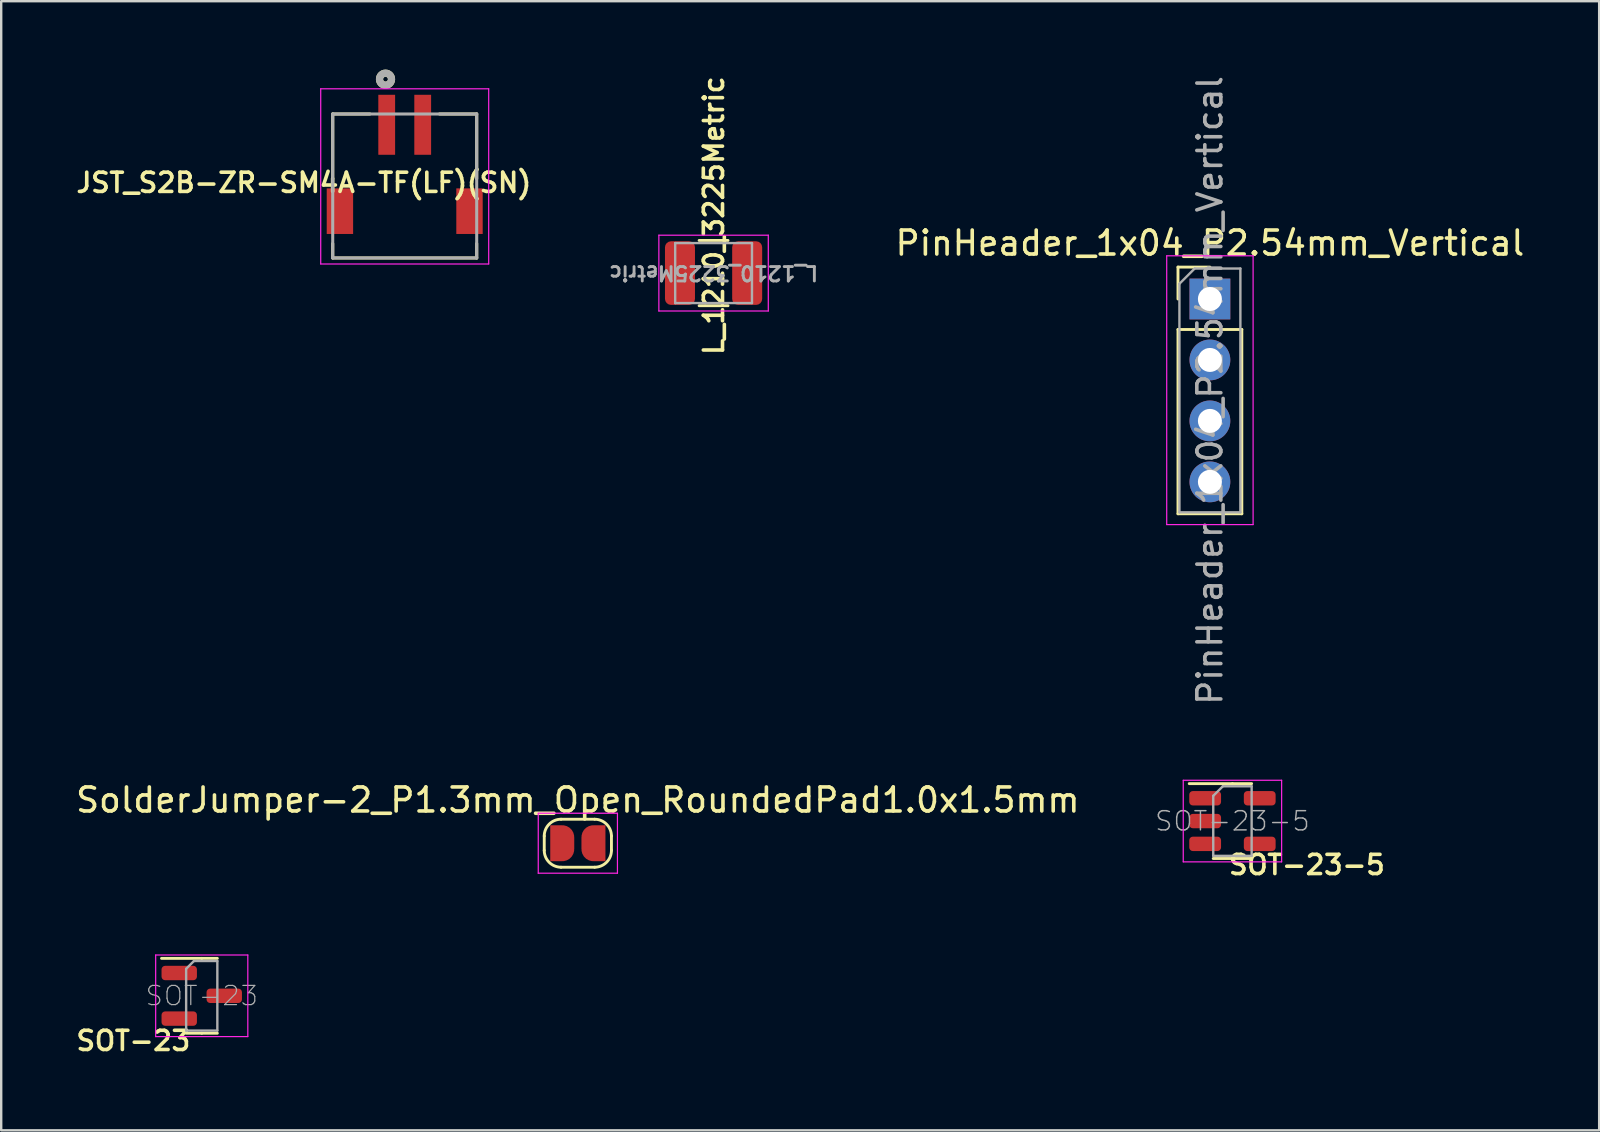
<source format=kicad_pcb>
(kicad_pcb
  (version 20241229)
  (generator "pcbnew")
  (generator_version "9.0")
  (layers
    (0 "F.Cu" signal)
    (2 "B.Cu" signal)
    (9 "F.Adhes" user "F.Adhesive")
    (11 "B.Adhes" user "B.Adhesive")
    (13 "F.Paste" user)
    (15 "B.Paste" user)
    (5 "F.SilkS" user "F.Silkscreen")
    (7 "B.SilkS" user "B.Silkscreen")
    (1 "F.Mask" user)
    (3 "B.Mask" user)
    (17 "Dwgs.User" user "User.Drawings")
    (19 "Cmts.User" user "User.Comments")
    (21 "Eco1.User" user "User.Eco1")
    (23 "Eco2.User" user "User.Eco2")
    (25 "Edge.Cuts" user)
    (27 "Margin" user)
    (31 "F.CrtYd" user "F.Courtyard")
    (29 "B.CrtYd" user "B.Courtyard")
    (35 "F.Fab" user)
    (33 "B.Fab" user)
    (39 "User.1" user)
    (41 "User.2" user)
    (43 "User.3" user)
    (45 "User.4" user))
  (footprint "SOT-23-5"
    (layer "F.Cu")
    (at 48.308 31.165)
    (property "Reference" "SOT-23-5" (at 3.101 1.825 0) (layer "F.SilkS") (effects (font (size 0.8 0.8) (thickness 0.15))))
    (attr smd)
    (fp_line (start -1.8 -1.56) (end 0 -1.56) (stroke (width 0.12) (type solid)) (layer "F.SilkS"))
    (fp_line (start -0.8 1.56) (end 0 1.56) (stroke (width 0.12) (type solid)) (layer "F.SilkS"))
    (fp_line (start 0.8 -1.56) (end 0 -1.56) (stroke (width 0.12) (type solid)) (layer "F.SilkS"))
    (fp_line (start 0.8 1.56) (end 0 1.56) (stroke (width 0.12) (type solid)) (layer "F.SilkS"))
    (fp_line (start -2.05 -1.7) (end 2.05 -1.7) (stroke (width 0.05) (type solid)) (layer "F.CrtYd"))
    (fp_line (start -2.05 1.7) (end -2.05 -1.7) (stroke (width 0.05) (type solid)) (layer "F.CrtYd"))
    (fp_line (start 2.05 -1.7) (end 2.05 1.7) (stroke (width 0.05) (type solid)) (layer "F.CrtYd"))
    (fp_line (start 2.05 1.7) (end -2.05 1.7) (stroke (width 0.05) (type solid)) (layer "F.CrtYd"))
    (fp_line (start -0.8 -1.05) (end -0.8 1.45) (stroke (width 0.1) (type solid)) (layer "F.Fab"))
    (fp_line (start -0.8 1.45) (end 0.8 1.45) (stroke (width 0.1) (type solid)) (layer "F.Fab"))
    (fp_line (start -0.4 -1.45) (end -0.8 -1.05) (stroke (width 0.1) (type solid)) (layer "F.Fab"))
    (fp_line (start 0.8 -1.45) (end -0.4 -1.45) (stroke (width 0.1) (type solid)) (layer "F.Fab"))
    (fp_line (start 0.8 1.45) (end 0.8 -1.45) (stroke (width 0.1) (type solid)) (layer "F.Fab"))
    (fp_text user "${REFERENCE}" (at 0 0 0) (layer "F.Fab") (effects (font (size 0.8 0.8) (thickness 0.06))))
    (pad "1" smd roundrect (at -1.137 -0.95) (size 1.325 0.6) (layers "F.Cu" "F.Mask" "F.Paste") (roundrect_rratio 0.25))
    (pad "2" smd roundrect (at -1.137 0) (size 1.325 0.6) (layers "F.Cu" "F.Mask" "F.Paste") (roundrect_rratio 0.25))
    (pad "3" smd roundrect (at -1.137 0.95) (size 1.325 0.6) (layers "F.Cu" "F.Mask" "F.Paste") (roundrect_rratio 0.25))
    (pad "4" smd roundrect (at 1.137 0.95) (size 1.325 0.6) (layers "F.Cu" "F.Mask" "F.Paste") (roundrect_rratio 0.25))
    (pad "5" smd roundrect (at 1.137 -0.95) (size 1.325 0.6) (layers "F.Cu" "F.Mask" "F.Paste") (roundrect_rratio 0.25)))
  (footprint "PinHeader_1x04_P2.54mm_Vertical"
    (layer "F.Cu")
    (at 47.369 9.41)
    (property "Reference" "PinHeader_1x04_P2.54mm_Vertical" (at 0 -2.33 0) (layer "F.SilkS") (effects (font (size 1 1) (thickness 0.15))))
    (attr through_hole dnp)
    (fp_line (start -1.33 -1.33) (end 0 -1.33) (stroke (width 0.12) (type solid)) (layer "F.SilkS"))
    (fp_line (start -1.33 0) (end -1.33 -1.33) (stroke (width 0.12) (type solid)) (layer "F.SilkS"))
    (fp_line (start -1.33 1.27) (end -1.33 8.95) (stroke (width 0.12) (type solid)) (layer "F.SilkS"))
    (fp_line (start -1.33 1.27) (end 1.33 1.27) (stroke (width 0.12) (type solid)) (layer "F.SilkS"))
    (fp_line (start -1.33 8.95) (end 1.33 8.95) (stroke (width 0.12) (type solid)) (layer "F.SilkS"))
    (fp_line (start 1.33 1.27) (end 1.33 8.95) (stroke (width 0.12) (type solid)) (layer "F.SilkS"))
    (fp_line (start -1.8 -1.8) (end -1.8 9.4) (stroke (width 0.05) (type solid)) (layer "F.CrtYd"))
    (fp_line (start -1.8 9.4) (end 1.8 9.4) (stroke (width 0.05) (type solid)) (layer "F.CrtYd"))
    (fp_line (start 1.8 -1.8) (end -1.8 -1.8) (stroke (width 0.05) (type solid)) (layer "F.CrtYd"))
    (fp_line (start 1.8 9.4) (end 1.8 -1.8) (stroke (width 0.05) (type solid)) (layer "F.CrtYd"))
    (fp_line (start -1.27 -0.635) (end -0.635 -1.27) (stroke (width 0.1) (type solid)) (layer "F.Fab"))
    (fp_line (start -1.27 8.89) (end -1.27 -0.635) (stroke (width 0.1) (type solid)) (layer "F.Fab"))
    (fp_line (start -0.635 -1.27) (end 1.27 -1.27) (stroke (width 0.1) (type solid)) (layer "F.Fab"))
    (fp_line (start 1.27 -1.27) (end 1.27 8.89) (stroke (width 0.1) (type solid)) (layer "F.Fab"))
    (fp_line (start 1.27 8.89) (end -1.27 8.89) (stroke (width 0.1) (type solid)) (layer "F.Fab"))
    (fp_text user "${REFERENCE}" (at 0 3.81 90) (layer "F.Fab") (effects (font (size 1 1) (thickness 0.15))))
    (pad "1" thru_hole rect (at 0 0) (size 1.7 1.7) (drill 1) (layers "*.Cu" "*.Mask"))
    (pad "2" thru_hole oval (at 0 2.54) (size 1.7 1.7) (drill 1) (layers "*.Cu" "*.Mask"))
    (pad "3" thru_hole oval (at 0 5.08) (size 1.7 1.7) (drill 1) (layers "*.Cu" "*.Mask"))
    (pad "4" thru_hole oval (at 0 7.62) (size 1.7 1.7) (drill 1) (layers "*.Cu" "*.Mask")))
  (footprint "SOT-23"
    (layer "F.Cu")
    (at 5.357 38.447)
    (property "Reference" "SOT-23" (at -2.85 1.875 0) (layer "F.SilkS") (effects (font (size 0.8 0.8) (thickness 0.15))))
    (attr smd)
    (fp_line (start -1.675 -1.56) (end 0 -1.56) (stroke (width 0.12) (type solid)) (layer "F.SilkS"))
    (fp_line (start -0.65 1.56) (end 0 1.56) (stroke (width 0.12) (type solid)) (layer "F.SilkS"))
    (fp_line (start 0.65 -1.56) (end 0 -1.56) (stroke (width 0.12) (type solid)) (layer "F.SilkS"))
    (fp_line (start 0.65 1.56) (end 0 1.56) (stroke (width 0.12) (type solid)) (layer "F.SilkS"))
    (fp_line (start -1.92 -1.7) (end 1.92 -1.7) (stroke (width 0.05) (type solid)) (layer "F.CrtYd"))
    (fp_line (start -1.92 1.7) (end -1.92 -1.7) (stroke (width 0.05) (type solid)) (layer "F.CrtYd"))
    (fp_line (start 1.92 -1.7) (end 1.92 1.7) (stroke (width 0.05) (type solid)) (layer "F.CrtYd"))
    (fp_line (start 1.92 1.7) (end -1.92 1.7) (stroke (width 0.05) (type solid)) (layer "F.CrtYd"))
    (fp_line (start -0.65 -1.125) (end -0.65 1.45) (stroke (width 0.1) (type solid)) (layer "F.Fab"))
    (fp_line (start -0.65 1.45) (end 0.65 1.45) (stroke (width 0.1) (type solid)) (layer "F.Fab"))
    (fp_line (start -0.325 -1.45) (end -0.65 -1.125) (stroke (width 0.1) (type solid)) (layer "F.Fab"))
    (fp_line (start 0.65 -1.45) (end -0.325 -1.45) (stroke (width 0.1) (type solid)) (layer "F.Fab"))
    (fp_line (start 0.65 1.45) (end 0.65 -1.45) (stroke (width 0.1) (type solid)) (layer "F.Fab"))
    (fp_text user "${REFERENCE}" (at 0 0 0) (layer "F.Fab") (effects (font (size 0.8 0.8) (thickness 0.05))))
    (pad "1" smd roundrect (at -0.938 -0.95) (size 1.475 0.6) (layers "F.Cu" "F.Mask" "F.Paste") (roundrect_rratio 0.25))
    (pad "2" smd roundrect (at -0.938 0.95) (size 1.475 0.6) (layers "F.Cu" "F.Mask" "F.Paste") (roundrect_rratio 0.25))
    (pad "3" smd roundrect (at 0.938 0) (size 1.475 0.6) (layers "F.Cu" "F.Mask" "F.Paste") (roundrect_rratio 0.25)))
  (footprint "SolderJumper-2_P1.3mm_Open_RoundedPad1.0x1.5mm"
    (layer "F.Cu")
    (at 21.03 32.089)
    (property "Reference" "SolderJumper-2_P1.3mm_Open_RoundedPad1.0x1.5mm" (at 0 -1.8 0) (layer "F.SilkS") (effects (font (size 1 1) (thickness 0.15))))
    (attr exclude_from_pos_files)
    (fp_line (start -1.4 0.3) (end -1.4 -0.3) (stroke (width 0.12) (type solid)) (layer "F.SilkS"))
    (fp_line (start -0.7 -1) (end 0.7 -1) (stroke (width 0.12) (type solid)) (layer "F.SilkS"))
    (fp_line (start 0.7 1) (end -0.7 1) (stroke (width 0.12) (type solid)) (layer "F.SilkS"))
    (fp_line (start 1.4 -0.3) (end 1.4 0.3) (stroke (width 0.12) (type solid)) (layer "F.SilkS"))
    (fp_arc (start -1.4 -0.3) (mid -1.194975 -0.794975) (end -0.7 -1) (stroke (width 0.12) (type solid)) (layer "F.SilkS"))
    (fp_arc (start -0.7 1) (mid -1.194975 0.794975) (end -1.4 0.3) (stroke (width 0.12) (type solid)) (layer "F.SilkS"))
    (fp_arc (start 0.7 -1) (mid 1.194975 -0.794975) (end 1.4 -0.3) (stroke (width 0.12) (type solid)) (layer "F.SilkS"))
    (fp_arc (start 1.4 0.3) (mid 1.194975 0.794975) (end 0.7 1) (stroke (width 0.12) (type solid)) (layer "F.SilkS"))
    (fp_line (start -1.65 -1.25) (end -1.65 1.25) (stroke (width 0.05) (type solid)) (layer "F.CrtYd"))
    (fp_line (start -1.65 -1.25) (end 1.65 -1.25) (stroke (width 0.05) (type solid)) (layer "F.CrtYd"))
    (fp_line (start 1.65 1.25) (end -1.65 1.25) (stroke (width 0.05) (type solid)) (layer "F.CrtYd"))
    (fp_line (start 1.65 1.25) (end 1.65 -1.25) (stroke (width 0.05) (type solid)) (layer "F.CrtYd"))
    (pad "1" smd custom (at -0.65 0 180) (size 1 0.5) (layers "F.Cu" "F.Mask") (options (anchor rect)) (primitives (gr_circle (center 0 0.25) (end 0.5 0.25) (width 0) (fill yes)) (gr_circle (center 0 -0.25) (end 0.5 -0.25) (width 0) (fill yes)) (gr_poly (pts (xy 0.5 0.75) (xy 0 0.75) (xy 0 -0.75) (xy 0.5 -0.75)) (width 0) (fill yes))))
    (pad "2" smd custom (at 0.65 0 180) (size 1 0.5) (layers "F.Cu" "F.Mask") (options (anchor rect)) (primitives (gr_circle (center 0 0.25) (end 0.5 0.25) (width 0) (fill yes)) (gr_circle (center 0 -0.25) (end 0.5 -0.25) (width 0) (fill yes)) (gr_poly (pts (xy 0 0.75) (xy -0.5 0.75) (xy -0.5 -0.75) (xy 0 -0.75)) (width 0) (fill yes)))))
  (footprint "L_1210_3225Metric"
    (layer "F.Cu")
    (at 26.686 8.33)
    (property "Reference" "L_1210_3225Metric" (at 0.01 -2.395 90) (layer "F.SilkS") (effects (font (size 0.8 0.8) (thickness 0.15))))
    (attr smd)
    (fp_line (start -0.602 -1.36) (end 0.602 -1.36) (stroke (width 0.12) (type solid)) (layer "F.SilkS"))
    (fp_line (start -0.602 1.36) (end 0.602 1.36) (stroke (width 0.12) (type solid)) (layer "F.SilkS"))
    (fp_line (start -2.28 -1.58) (end 2.28 -1.58) (stroke (width 0.05) (type solid)) (layer "F.CrtYd"))
    (fp_line (start -2.28 1.58) (end -2.28 -1.58) (stroke (width 0.05) (type solid)) (layer "F.CrtYd"))
    (fp_line (start 2.28 -1.58) (end 2.28 1.58) (stroke (width 0.05) (type solid)) (layer "F.CrtYd"))
    (fp_line (start 2.28 1.58) (end -2.28 1.58) (stroke (width 0.05) (type solid)) (layer "F.CrtYd"))
    (fp_line (start -1.6 -1.25) (end 1.6 -1.25) (stroke (width 0.1) (type solid)) (layer "F.Fab"))
    (fp_line (start -1.6 1.25) (end -1.6 -1.25) (stroke (width 0.1) (type solid)) (layer "F.Fab"))
    (fp_line (start 1.6 -1.25) (end 1.6 1.25) (stroke (width 0.1) (type solid)) (layer "F.Fab"))
    (fp_line (start 1.6 1.25) (end -1.6 1.25) (stroke (width 0.1) (type solid)) (layer "F.Fab"))
    (fp_text user "${REFERENCE}" (at 0 0 180) (unlocked yes) (layer "F.Fab") (effects (font (size 0.6 0.6) (thickness 0.12))))
    (pad "1" smd roundrect (at -1.4 0) (size 1.25 2.65) (layers "F.Cu" "F.Mask" "F.Paste") (roundrect_rratio 0.2))
    (pad "2" smd roundrect (at 1.4 0) (size 1.25 2.65) (layers "F.Cu" "F.Mask" "F.Paste") (roundrect_rratio 0.2)))
  (footprint "JST_S2B-ZR-SM4A-TF(LF)(SN)"
    (layer "F.Cu")
    (at 13.815 4.3)
    (property "Reference" "JST_S2B-ZR-SM4A-TF(LF)(SN)" (at -4.203 0.263 0) (layer "F.SilkS") (effects (font (size 0.8 0.8) (thickness 0.15))))
    (attr smd)
    (fp_line (start -3 -2.6) (end -3 0.1) (stroke (width 0.127) (type solid)) (layer "F.SilkS"))
    (fp_line (start -3 2.8) (end -3 3.4) (stroke (width 0.127) (type solid)) (layer "F.SilkS"))
    (fp_line (start -3 3.4) (end 3 3.4) (stroke (width 0.127) (type solid)) (layer "F.SilkS"))
    (fp_line (start -1.45 -2.6) (end -3 -2.6) (stroke (width 0.127) (type solid)) (layer "F.SilkS"))
    (fp_line (start 1.45 -2.6) (end 3 -2.6) (stroke (width 0.127) (type solid)) (layer "F.SilkS"))
    (fp_line (start 3 -2.6) (end 3 0.1) (stroke (width 0.127) (type solid)) (layer "F.SilkS"))
    (fp_line (start 3 3.4) (end 3 2.8) (stroke (width 0.127) (type solid)) (layer "F.SilkS"))
    (fp_circle (center -0.8 -4.05) (end -0.7 -4.05) (stroke (width 0.3) (type solid)) (fill no) (layer "F.SilkS"))
    (fp_line (start -3.5 -3.65) (end 3.5 -3.65) (stroke (width 0.05) (type solid)) (layer "F.CrtYd"))
    (fp_line (start -3.5 3.65) (end -3.5 -3.65) (stroke (width 0.05) (type solid)) (layer "F.CrtYd"))
    (fp_line (start 3.5 -3.65) (end 3.5 3.65) (stroke (width 0.05) (type solid)) (layer "F.CrtYd"))
    (fp_line (start 3.5 3.65) (end -3.5 3.65) (stroke (width 0.05) (type solid)) (layer "F.CrtYd"))
    (fp_line (start -3 -2.6) (end 3 -2.6) (stroke (width 0.127) (type solid)) (layer "F.Fab"))
    (fp_line (start -3 3.4) (end -3 -2.6) (stroke (width 0.127) (type solid)) (layer "F.Fab"))
    (fp_line (start 3 -2.6) (end 3 3.4) (stroke (width 0.127) (type solid)) (layer "F.Fab"))
    (fp_line (start 3 3.4) (end -3 3.4) (stroke (width 0.127) (type solid)) (layer "F.Fab"))
    (fp_circle (center -0.8 -4.05) (end -0.7 -4.05) (stroke (width 0.3) (type solid)) (fill no) (layer "F.Fab"))
    (pad "1" smd rect (at -0.75 -2.15 180) (size 0.7 2.5) (layers "F.Cu" "F.Mask" "F.Paste"))
    (pad "2" smd rect (at 0.75 -2.15 180) (size 0.7 2.5) (layers "F.Cu" "F.Mask" "F.Paste"))
    (pad "MP" smd rect (at -2.7 1.45 180) (size 1.1 1.9) (layers "F.Cu" "F.Mask" "F.Paste"))
    (pad "MP" smd rect (at 2.7 1.45 180) (size 1.1 1.9) (layers "F.Cu" "F.Mask" "F.Paste")))
  (gr_rect
    (start -3 -3)
    (end 63.59 44.053)
    (stroke (width 0.1) (type default))
    (fill no)
    (layer "Edge.Cuts")))
</source>
